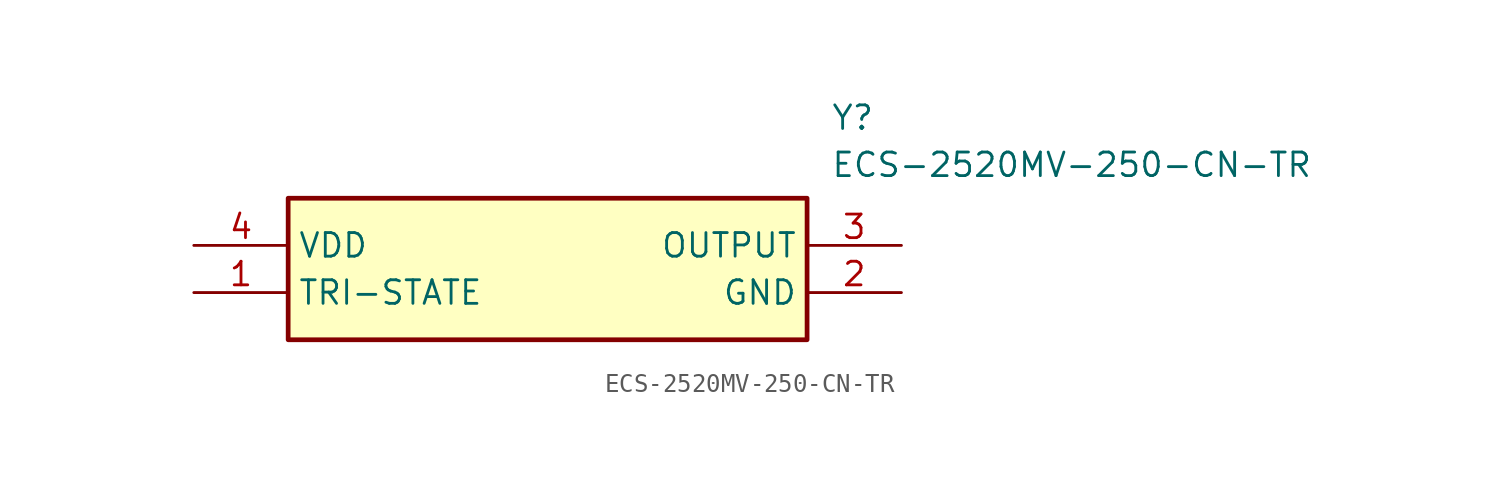
<source format=kicad_sym>
(kicad_symbol_lib
  (version 20211014)
  (generator SamacSys_ECAD_Model)
  (symbol "ECS-2520MV-250-CN-TR"
    (property "Reference" "Y"
      (at 34.29 7.62 0)
      (effects (font (size 1.27 1.27)) (justify left top)))
    (property "Value" "ECS-2520MV-250-CN-TR"
      (at 34.29 5.08 0)
      (effects (font (size 1.27 1.27)) (justify left top)))
    (rectangle
      (start 5.08 2.54)
      (end 33.02 -5.08)
      (stroke (width 0.254) (type default))
      (fill (type background)))
    (pin passive line
      (at 0 -2.54 0)
      (length 5.08)
      (name "TRI-STATE" (effects (font (size 1.27 1.27))))
      (number "1" (effects (font (size 1.27 1.27)))))
    (pin passive line
      (at 38.1 -2.54 180)
      (length 5.08)
      (name "GND" (effects (font (size 1.27 1.27))))
      (number "2" (effects (font (size 1.27 1.27)))))
    (pin passive line
      (at 38.1 0 180)
      (length 5.08)
      (name "OUTPUT" (effects (font (size 1.27 1.27))))
      (number "3" (effects (font (size 1.27 1.27)))))
    (pin passive line
      (at 0 0 0)
      (length 5.08)
      (name "VDD" (effects (font (size 1.27 1.27))))
      (number "4" (effects (font (size 1.27 1.27)))))))
</source>
